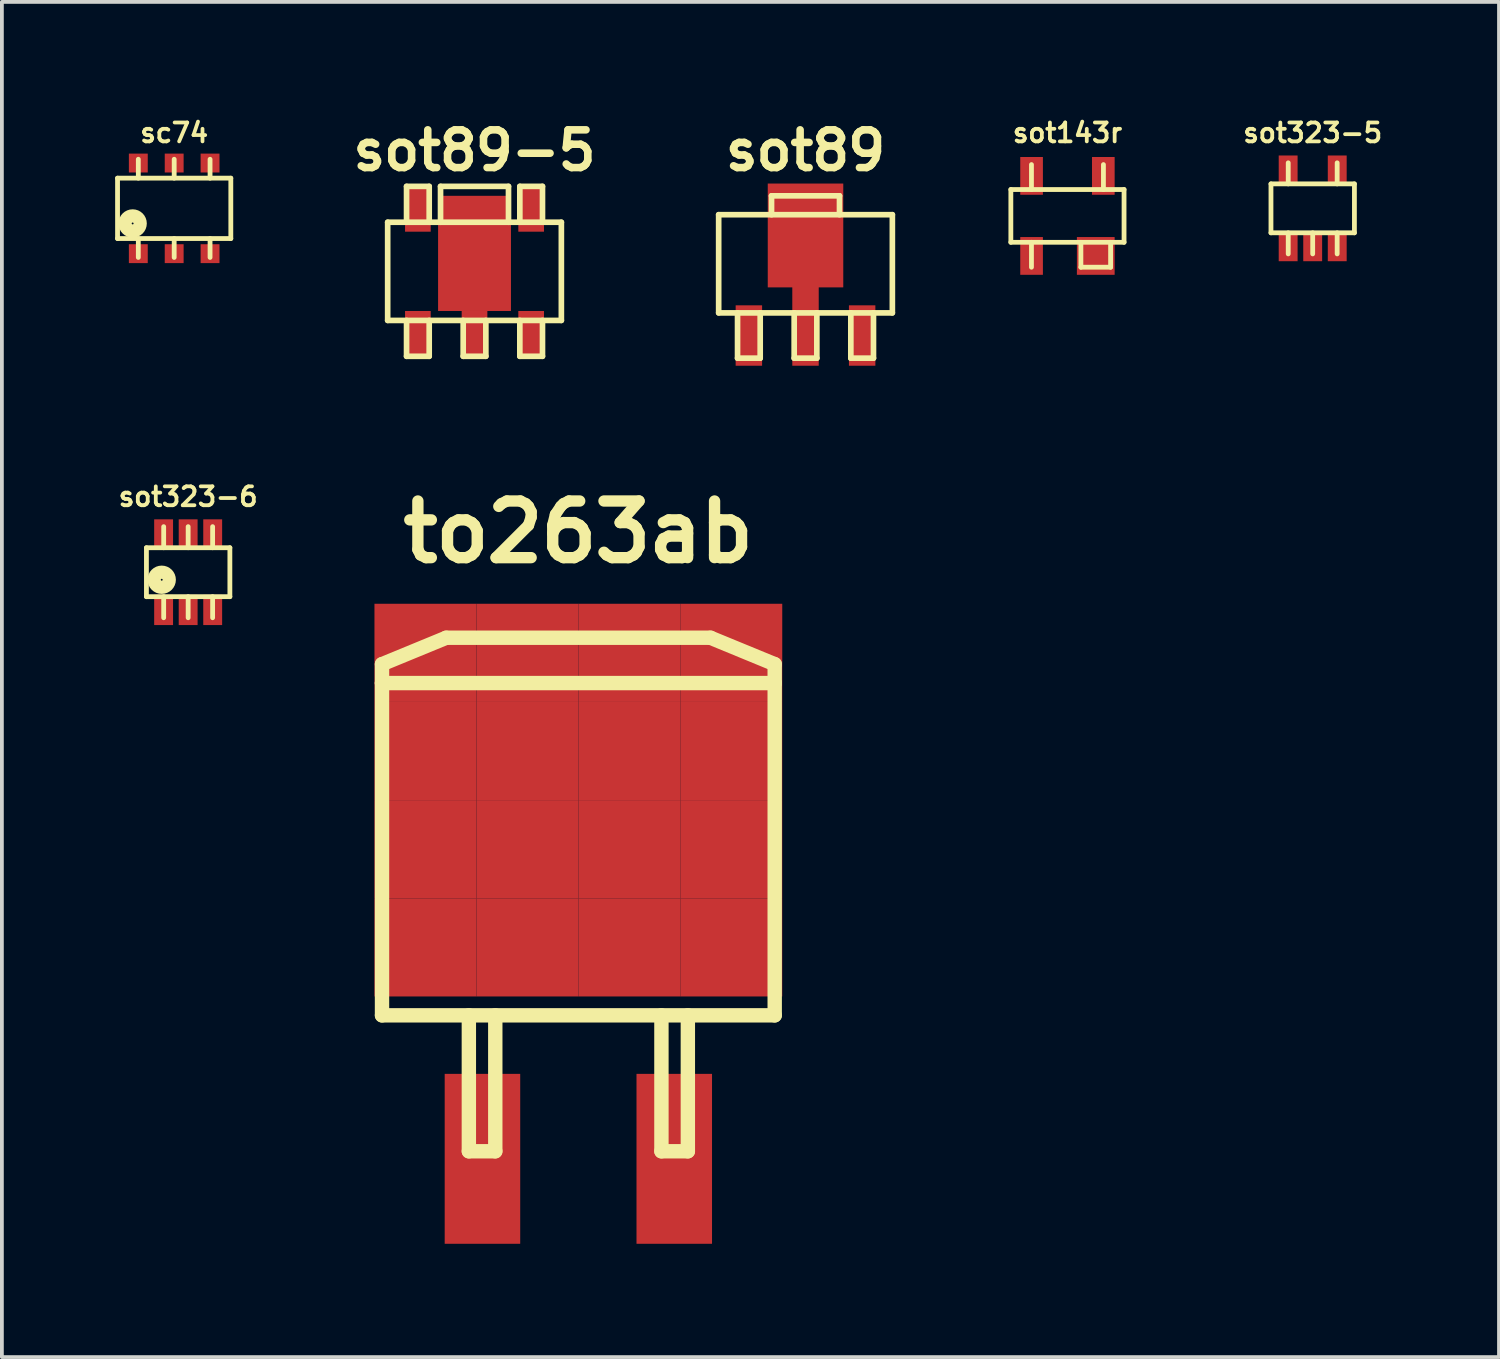
<source format=kicad_pcb>
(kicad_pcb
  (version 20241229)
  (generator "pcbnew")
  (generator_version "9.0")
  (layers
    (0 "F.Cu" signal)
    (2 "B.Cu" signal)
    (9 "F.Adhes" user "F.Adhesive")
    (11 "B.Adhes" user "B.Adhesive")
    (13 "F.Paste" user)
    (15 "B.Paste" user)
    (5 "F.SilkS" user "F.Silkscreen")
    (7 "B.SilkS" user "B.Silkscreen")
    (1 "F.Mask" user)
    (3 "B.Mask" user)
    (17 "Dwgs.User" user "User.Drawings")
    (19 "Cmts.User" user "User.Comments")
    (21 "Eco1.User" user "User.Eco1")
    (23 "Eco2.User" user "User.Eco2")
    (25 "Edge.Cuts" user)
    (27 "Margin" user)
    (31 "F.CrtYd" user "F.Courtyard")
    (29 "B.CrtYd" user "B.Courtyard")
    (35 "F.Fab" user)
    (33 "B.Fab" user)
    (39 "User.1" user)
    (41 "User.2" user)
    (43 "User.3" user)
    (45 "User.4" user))
  (footprint "sot143r"
    (layer "F.Cu")
    (at 25.22 2.668)
    (property "Reference" "sot143r" (at 0 -2.2 0) (layer "F.SilkS") (effects (font (size 0.5 0.5) (thickness 0.1))))
    (attr smd)
    (fp_line (start -1.499 -0.699) (end 1.499 -0.699) (stroke (width 0.127) (type solid)) (layer "F.SilkS"))
    (fp_line (start -1.499 0.699) (end -1.499 -0.699) (stroke (width 0.127) (type solid)) (layer "F.SilkS"))
    (fp_line (start -0.953 -0.699) (end -0.953 -1.359) (stroke (width 0.127) (type solid)) (layer "F.SilkS"))
    (fp_line (start -0.953 0.699) (end -0.953 1.359) (stroke (width 0.127) (type solid)) (layer "F.SilkS"))
    (fp_line (start 0.356 0.699) (end 0.356 1.359) (stroke (width 0.127) (type solid)) (layer "F.SilkS"))
    (fp_line (start 0.356 1.359) (end 1.143 1.359) (stroke (width 0.127) (type solid)) (layer "F.SilkS"))
    (fp_line (start 0.953 -0.699) (end 0.953 -1.359) (stroke (width 0.127) (type solid)) (layer "F.SilkS"))
    (fp_line (start 1.143 0.699) (end 1.143 1.359) (stroke (width 0.127) (type solid)) (layer "F.SilkS"))
    (fp_line (start 1.499 -0.699) (end 1.499 0.699) (stroke (width 0.127) (type solid)) (layer "F.SilkS"))
    (fp_line (start 1.499 0.699) (end -1.499 0.699) (stroke (width 0.127) (type solid)) (layer "F.SilkS"))
    (pad "1" smd rect (at 0.75 1.06) (size 1 1) (layers "F.Cu" "F.Mask" "F.Paste"))
    (pad "2" smd rect (at -0.95 1.06) (size 0.6 1) (layers "F.Cu" "F.Mask" "F.Paste"))
    (pad "3" smd rect (at -0.95 -1.06) (size 0.6 1) (layers "F.Cu" "F.Mask" "F.Paste"))
    (pad "4" smd rect (at 0.95 -1.06) (size 0.6 1) (layers "F.Cu" "F.Mask" "F.Paste")))
  (footprint "sot323-5"
    (layer "F.Cu")
    (at 31.715 2.468)
    (property "Reference" "sot323-5" (at 0 -2 0) (layer "F.SilkS") (effects (font (size 0.5 0.5) (thickness 0.1))))
    (attr smd)
    (fp_line (start -1.105 -0.648) (end 1.105 -0.648) (stroke (width 0.127) (type solid)) (layer "F.SilkS"))
    (fp_line (start -1.105 0.648) (end -1.105 -0.648) (stroke (width 0.127) (type solid)) (layer "F.SilkS"))
    (fp_line (start -0.648 -0.648) (end -0.648 -1.206) (stroke (width 0.127) (type solid)) (layer "F.SilkS"))
    (fp_line (start -0.648 0.648) (end -0.648 1.206) (stroke (width 0.127) (type solid)) (layer "F.SilkS"))
    (fp_line (start 0 0.648) (end 0 1.206) (stroke (width 0.127) (type solid)) (layer "F.SilkS"))
    (fp_line (start 0.648 -0.648) (end 0.648 -1.206) (stroke (width 0.127) (type solid)) (layer "F.SilkS"))
    (fp_line (start 0.648 0.648) (end 0.648 1.206) (stroke (width 0.127) (type solid)) (layer "F.SilkS"))
    (fp_line (start 1.105 -0.648) (end 1.105 0.648) (stroke (width 0.127) (type solid)) (layer "F.SilkS"))
    (fp_line (start 1.105 0.648) (end -1.105 0.648) (stroke (width 0.127) (type solid)) (layer "F.SilkS"))
    (pad "1" smd rect (at -0.65 1) (size 0.5 0.8) (layers "F.Cu" "F.Mask" "F.Paste"))
    (pad "2" smd rect (at 0 1) (size 0.5 0.8) (layers "F.Cu" "F.Mask" "F.Paste"))
    (pad "3" smd rect (at 0.65 1) (size 0.5 0.8) (layers "F.Cu" "F.Mask" "F.Paste"))
    (pad "4" smd rect (at 0.65 -1) (size 0.5 0.8) (layers "F.Cu" "F.Mask" "F.Paste"))
    (pad "5" smd rect (at -0.65 -1) (size 0.5 0.8) (layers "F.Cu" "F.Mask" "F.Paste")))
  (footprint "sc74"
    (layer "F.Cu")
    (at 1.563 2.468)
    (property "Reference" "sc74" (at 0 -2 0) (layer "F.SilkS") (effects (font (size 0.5 0.5) (thickness 0.1))))
    (attr smd)
    (fp_line (start -1.5 -0.8) (end 1.5 -0.8) (stroke (width 0.127) (type solid)) (layer "F.SilkS"))
    (fp_line (start -1.5 0.8) (end -1.5 -0.8) (stroke (width 0.127) (type solid)) (layer "F.SilkS"))
    (fp_line (start -0.95 -0.8) (end -0.95 -1.3) (stroke (width 0.127) (type solid)) (layer "F.SilkS"))
    (fp_line (start -0.95 0.8) (end -0.95 1.3) (stroke (width 0.127) (type solid)) (layer "F.SilkS"))
    (fp_line (start 0 -0.8) (end 0 -1.3) (stroke (width 0.127) (type solid)) (layer "F.SilkS"))
    (fp_line (start 0 0.8) (end 0 1.3) (stroke (width 0.127) (type solid)) (layer "F.SilkS"))
    (fp_line (start 0.95 -0.8) (end 0.95 -1.3) (stroke (width 0.127) (type solid)) (layer "F.SilkS"))
    (fp_line (start 0.95 0.8) (end 0.95 1.3) (stroke (width 0.127) (type solid)) (layer "F.SilkS"))
    (fp_line (start 1.5 -0.8) (end 1.5 0.8) (stroke (width 0.127) (type solid)) (layer "F.SilkS"))
    (fp_line (start 1.5 0.8) (end -1.5 0.8) (stroke (width 0.127) (type solid)) (layer "F.SilkS"))
    (fp_circle (center -1.1 0.4) (end -1.1 0.1) (stroke (width 0.15) (type solid)) (fill no) (layer "F.SilkS"))
    (fp_circle (center -1.1 0.4) (end -1.1 0.2) (stroke (width 0.15) (type solid)) (fill no) (layer "F.SilkS"))
    (fp_circle (center -1.1 0.4) (end -1.1 0.3) (stroke (width 0.15) (type solid)) (fill no) (layer "F.SilkS"))
    (pad "1" smd rect (at -0.95 1.2) (size 0.5 0.5) (layers "F.Cu" "F.Mask" "F.Paste"))
    (pad "2" smd rect (at 0 1.2) (size 0.5 0.5) (layers "F.Cu" "F.Mask" "F.Paste"))
    (pad "3" smd rect (at 0.95 1.2) (size 0.5 0.5) (layers "F.Cu" "F.Mask" "F.Paste"))
    (pad "4" smd rect (at 0.95 -1.2) (size 0.5 0.5) (layers "F.Cu" "F.Mask" "F.Paste"))
    (pad "5" smd rect (at 0 -1.2) (size 0.5 0.5) (layers "F.Cu" "F.Mask" "F.Paste"))
    (pad "6" smd rect (at -0.95 -1.2) (size 0.5 0.5) (layers "F.Cu" "F.Mask" "F.Paste")))
  (footprint "sot89"
    (layer "F.Cu")
    (at 18.283 3.936)
    (property "Reference" "sot89" (at 0 -3 0) (layer "F.SilkS") (effects (font (size 1 1) (thickness 0.2))))
    (attr smd)
    (fp_line (start -2.3 -1.3) (end 2.3 -1.3) (stroke (width 0.15) (type solid)) (layer "F.SilkS"))
    (fp_line (start -2.3 1.3) (end -2.3 -1.3) (stroke (width 0.15) (type solid)) (layer "F.SilkS"))
    (fp_line (start -1.8 2.5) (end -1.8 1.3) (stroke (width 0.15) (type solid)) (layer "F.SilkS"))
    (fp_line (start -1.8 2.5) (end -1.2 2.5) (stroke (width 0.15) (type solid)) (layer "F.SilkS"))
    (fp_line (start -1.2 2.5) (end -1.2 1.3) (stroke (width 0.15) (type solid)) (layer "F.SilkS"))
    (fp_line (start -0.9 -1.8) (end -0.9 -1.3) (stroke (width 0.15) (type solid)) (layer "F.SilkS"))
    (fp_line (start -0.9 -1.8) (end 0.9 -1.8) (stroke (width 0.15) (type solid)) (layer "F.SilkS"))
    (fp_line (start -0.3 2.5) (end -0.3 1.3) (stroke (width 0.15) (type solid)) (layer "F.SilkS"))
    (fp_line (start -0.3 2.5) (end 0.3 2.5) (stroke (width 0.15) (type solid)) (layer "F.SilkS"))
    (fp_line (start 0.3 2.5) (end 0.3 1.3) (stroke (width 0.15) (type solid)) (layer "F.SilkS"))
    (fp_line (start 0.9 -1.8) (end 0.9 -1.3) (stroke (width 0.15) (type solid)) (layer "F.SilkS"))
    (fp_line (start 1.2 2.5) (end 1.2 1.3) (stroke (width 0.15) (type solid)) (layer "F.SilkS"))
    (fp_line (start 1.2 2.5) (end 1.8 2.5) (stroke (width 0.15) (type solid)) (layer "F.SilkS"))
    (fp_line (start 1.8 2.5) (end 1.8 1.3) (stroke (width 0.15) (type solid)) (layer "F.SilkS"))
    (fp_line (start 2.3 -1.3) (end 2.3 1.3) (stroke (width 0.15) (type solid)) (layer "F.SilkS"))
    (fp_line (start 2.3 1.3) (end -2.3 1.3) (stroke (width 0.15) (type solid)) (layer "F.SilkS"))
    (pad "1" smd rect (at -1.5 1.9) (size 0.7 1.6) (layers "F.Cu" "F.Mask" "F.Paste"))
    (pad "2" smd rect (at 0 -0.75) (size 2 2.75) (layers "F.Cu" "F.Mask" "F.Paste"))
    (pad "2" smd rect (at 0 1.65) (size 0.7 2.1) (layers "F.Cu" "F.Mask" "F.Paste"))
    (pad "3" smd rect (at 1.5 1.9) (size 0.7 1.6) (layers "F.Cu" "F.Mask" "F.Paste")))
  (footprint "sot323-6"
    (layer "F.Cu")
    (at 1.933 12.104)
    (property "Reference" "sot323-6" (at 0 -2 0) (layer "F.SilkS") (effects (font (size 0.5 0.5) (thickness 0.1))))
    (attr smd)
    (fp_line (start -1.105 -0.648) (end 1.105 -0.648) (stroke (width 0.127) (type solid)) (layer "F.SilkS"))
    (fp_line (start -1.105 0.648) (end -1.105 -0.648) (stroke (width 0.127) (type solid)) (layer "F.SilkS"))
    (fp_line (start -0.648 -0.648) (end -0.648 -1.206) (stroke (width 0.127) (type solid)) (layer "F.SilkS"))
    (fp_line (start -0.648 0.648) (end -0.648 1.206) (stroke (width 0.127) (type solid)) (layer "F.SilkS"))
    (fp_line (start 0 -0.648) (end 0 -1.206) (stroke (width 0.127) (type solid)) (layer "F.SilkS"))
    (fp_line (start 0 0.648) (end 0 1.206) (stroke (width 0.127) (type solid)) (layer "F.SilkS"))
    (fp_line (start 0.648 -0.648) (end 0.648 -1.206) (stroke (width 0.127) (type solid)) (layer "F.SilkS"))
    (fp_line (start 0.648 0.648) (end 0.648 1.206) (stroke (width 0.127) (type solid)) (layer "F.SilkS"))
    (fp_line (start 1.105 -0.648) (end 1.105 0.648) (stroke (width 0.127) (type solid)) (layer "F.SilkS"))
    (fp_line (start 1.105 0.648) (end -1.105 0.648) (stroke (width 0.127) (type solid)) (layer "F.SilkS"))
    (fp_circle (center -0.7 0.2) (end -0.6 0.2) (stroke (width 0.15) (type solid)) (fill no) (layer "F.SilkS"))
    (fp_circle (center -0.7 0.2) (end -0.5 0.2) (stroke (width 0.15) (type solid)) (fill no) (layer "F.SilkS"))
    (fp_circle (center -0.7 0.2) (end -0.4 0.2) (stroke (width 0.15) (type solid)) (fill no) (layer "F.SilkS"))
    (pad "1" smd rect (at -0.65 1) (size 0.5 0.8) (layers "F.Cu" "F.Mask" "F.Paste"))
    (pad "2" smd rect (at 0 1) (size 0.5 0.8) (layers "F.Cu" "F.Mask" "F.Paste"))
    (pad "3" smd rect (at 0.65 1) (size 0.5 0.8) (layers "F.Cu" "F.Mask" "F.Paste"))
    (pad "4" smd rect (at 0.65 -1) (size 0.5 0.8) (layers "F.Cu" "F.Mask" "F.Paste"))
    (pad "5" smd rect (at 0 -1) (size 0.5 0.8) (layers "F.Cu" "F.Mask" "F.Paste"))
    (pad "6" smd rect (at -0.65 -1) (size 0.5 0.8) (layers "F.Cu" "F.Mask" "F.Paste")))
  (footprint "sot89-5"
    (layer "F.Cu")
    (at 9.517 4.136)
    (property "Reference" "sot89-5" (at 0 -3.2 0) (layer "F.SilkS") (effects (font (size 1 1) (thickness 0.2))))
    (attr smd)
    (fp_line (start -2.3 -1.3) (end 2.3 -1.3) (stroke (width 0.15) (type solid)) (layer "F.SilkS"))
    (fp_line (start -2.3 1.3) (end -2.3 -1.3) (stroke (width 0.15) (type solid)) (layer "F.SilkS"))
    (fp_line (start -1.8 -1.3) (end -1.8 -2.25) (stroke (width 0.15) (type solid)) (layer "F.SilkS"))
    (fp_line (start -1.8 2.25) (end -1.8 1.3) (stroke (width 0.15) (type solid)) (layer "F.SilkS"))
    (fp_line (start -1.8 2.25) (end -1.2 2.25) (stroke (width 0.15) (type solid)) (layer "F.SilkS"))
    (fp_line (start -1.2 -2.25) (end -1.8 -2.25) (stroke (width 0.15) (type solid)) (layer "F.SilkS"))
    (fp_line (start -1.2 -1.3) (end -1.2 -2.25) (stroke (width 0.15) (type solid)) (layer "F.SilkS"))
    (fp_line (start -1.2 2.25) (end -1.2 1.3) (stroke (width 0.15) (type solid)) (layer "F.SilkS"))
    (fp_line (start -0.9 -2.25) (end -0.9 -1.3) (stroke (width 0.15) (type solid)) (layer "F.SilkS"))
    (fp_line (start -0.9 -2.25) (end 0.9 -2.25) (stroke (width 0.15) (type solid)) (layer "F.SilkS"))
    (fp_line (start -0.3 2.25) (end -0.3 1.3) (stroke (width 0.15) (type solid)) (layer "F.SilkS"))
    (fp_line (start -0.3 2.25) (end 0.3 2.25) (stroke (width 0.15) (type solid)) (layer "F.SilkS"))
    (fp_line (start 0.3 2.25) (end 0.3 1.3) (stroke (width 0.15) (type solid)) (layer "F.SilkS"))
    (fp_line (start 0.9 -2.25) (end 0.9 -1.3) (stroke (width 0.15) (type solid)) (layer "F.SilkS"))
    (fp_line (start 1.2 -2.25) (end 1.8 -2.25) (stroke (width 0.15) (type solid)) (layer "F.SilkS"))
    (fp_line (start 1.2 -1.3) (end 1.2 -2.25) (stroke (width 0.15) (type solid)) (layer "F.SilkS"))
    (fp_line (start 1.2 2.25) (end 1.2 1.3) (stroke (width 0.15) (type solid)) (layer "F.SilkS"))
    (fp_line (start 1.2 2.25) (end 1.8 2.25) (stroke (width 0.15) (type solid)) (layer "F.SilkS"))
    (fp_line (start 1.8 -2.25) (end 1.8 -1.3) (stroke (width 0.15) (type solid)) (layer "F.SilkS"))
    (fp_line (start 1.8 2.25) (end 1.8 1.3) (stroke (width 0.15) (type solid)) (layer "F.SilkS"))
    (fp_line (start 2.3 -1.3) (end 2.3 1.3) (stroke (width 0.15) (type solid)) (layer "F.SilkS"))
    (fp_line (start 2.3 1.3) (end -2.3 1.3) (stroke (width 0.15) (type solid)) (layer "F.SilkS"))
    (pad "1" smd rect (at -1.5 1.65) (size 0.68 1.2) (layers "F.Cu" "F.Mask" "F.Paste"))
    (pad "2" smd rect (at 0 -0.475) (size 1.93 3.05) (layers "F.Cu" "F.Mask" "F.Paste"))
    (pad "2" smd rect (at 0 1.65) (size 0.68 1.2) (layers "F.Cu" "F.Mask" "F.Paste"))
    (pad "3" smd rect (at 1.5 1.65) (size 0.68 1.2) (layers "F.Cu" "F.Mask" "F.Paste"))
    (pad "4" smd rect (at 1.5 -1.65) (size 0.68 1.2) (layers "F.Cu" "F.Mask" "F.Paste"))
    (pad "5" smd rect (at -1.5 -1.65) (size 0.68 1.2) (layers "F.Cu" "F.Mask" "F.Paste")))
  (footprint "to263ab"
    (layer "F.Cu")
    (at 12.267 22.04)
    (property "Reference" "to263ab" (at 0 -11 0) (layer "F.SilkS") (effects (font (size 1.5 1.5) (thickness 0.3))))
    (attr smd)
    (fp_line (start -5.2 -7.5) (end -3.5 -8.2) (stroke (width 0.381) (type solid)) (layer "F.SilkS"))
    (fp_line (start -5.2 -7) (end -5.2 -7.5) (stroke (width 0.381) (type solid)) (layer "F.SilkS"))
    (fp_line (start -5.2 -7) (end -5.2 1.8) (stroke (width 0.381) (type solid)) (layer "F.SilkS"))
    (fp_line (start -5.2 1.8) (end 5.2 1.8) (stroke (width 0.381) (type solid)) (layer "F.SilkS"))
    (fp_line (start -3.5 -8.2) (end 3.5 -8.2) (stroke (width 0.381) (type solid)) (layer "F.SilkS"))
    (fp_line (start -2.9 1.8) (end -2.9 5.4) (stroke (width 0.381) (type solid)) (layer "F.SilkS"))
    (fp_line (start -2.9 5.4) (end -2.2 5.4) (stroke (width 0.381) (type solid)) (layer "F.SilkS"))
    (fp_line (start -2.2 5.4) (end -2.2 1.8) (stroke (width 0.381) (type solid)) (layer "F.SilkS"))
    (fp_line (start 2.2 1.8) (end 2.2 5.4) (stroke (width 0.381) (type solid)) (layer "F.SilkS"))
    (fp_line (start 2.2 5.4) (end 2.9 5.4) (stroke (width 0.381) (type solid)) (layer "F.SilkS"))
    (fp_line (start 2.9 5.4) (end 2.9 1.8) (stroke (width 0.381) (type solid)) (layer "F.SilkS"))
    (fp_line (start 3.5 -8.2) (end 5.2 -7.5) (stroke (width 0.381) (type solid)) (layer "F.SilkS"))
    (fp_line (start 5.2 -7.5) (end 5.2 -7) (stroke (width 0.381) (type solid)) (layer "F.SilkS"))
    (fp_line (start 5.2 -7) (end -5.2 -7) (stroke (width 0.381) (type solid)) (layer "F.SilkS"))
    (fp_line (start 5.2 1.8) (end 5.2 -7) (stroke (width 0.381) (type solid)) (layer "F.SilkS"))
    (pad "1" smd rect (at -2.54 5.6) (size 2 4.5) (layers "F.Cu" "F.Mask" "F.Paste"))
    (pad "2" smd rect (at -4.05 -7.8) (size 2.7 2.6) (layers "F.Cu" "F.Mask" "F.Paste"))
    (pad "2" smd rect (at -4.05 -5.2) (size 2.7 2.6) (layers "F.Cu" "F.Mask" "F.Paste"))
    (pad "2" smd rect (at -4.05 -2.6) (size 2.7 2.6) (layers "F.Cu" "F.Mask" "F.Paste"))
    (pad "2" smd rect (at -4.05 0) (size 2.7 2.6) (layers "F.Cu" "F.Mask" "F.Paste"))
    (pad "2" smd rect (at -1.35 -7.8) (size 2.7 2.6) (layers "F.Cu" "F.Mask" "F.Paste"))
    (pad "2" smd rect (at -1.35 -5.2) (size 2.7 2.6) (layers "F.Cu" "F.Mask" "F.Paste"))
    (pad "2" smd rect (at -1.35 -2.6) (size 2.7 2.6) (layers "F.Cu" "F.Mask" "F.Paste"))
    (pad "2" smd rect (at -1.35 0) (size 2.7 2.6) (layers "F.Cu" "F.Mask" "F.Paste"))
    (pad "2" smd rect (at 1.35 -7.8) (size 2.7 2.6) (layers "F.Cu" "F.Mask" "F.Paste"))
    (pad "2" smd rect (at 1.35 -5.2) (size 2.7 2.6) (layers "F.Cu" "F.Mask" "F.Paste"))
    (pad "2" smd rect (at 1.35 -2.6) (size 2.7 2.6) (layers "F.Cu" "F.Mask" "F.Paste"))
    (pad "2" smd rect (at 1.35 0) (size 2.7 2.6) (layers "F.Cu" "F.Mask" "F.Paste"))
    (pad "2" smd rect (at 4.05 -7.8) (size 2.7 2.6) (layers "F.Cu" "F.Mask" "F.Paste"))
    (pad "2" smd rect (at 4.05 -5.2) (size 2.7 2.6) (layers "F.Cu" "F.Mask" "F.Paste"))
    (pad "2" smd rect (at 4.05 -2.6) (size 2.7 2.6) (layers "F.Cu" "F.Mask" "F.Paste"))
    (pad "2" smd rect (at 4.05 0) (size 2.7 2.6) (layers "F.Cu" "F.Mask" "F.Paste"))
    (pad "3" smd rect (at 2.54 5.6) (size 2 4.5) (layers "F.Cu" "F.Mask" "F.Paste")))
  (gr_rect
    (start -3 -3)
    (end 36.649 32.89)
    (stroke (width 0.1) (type default))
    (fill no)
    (layer "Edge.Cuts")))
</source>
